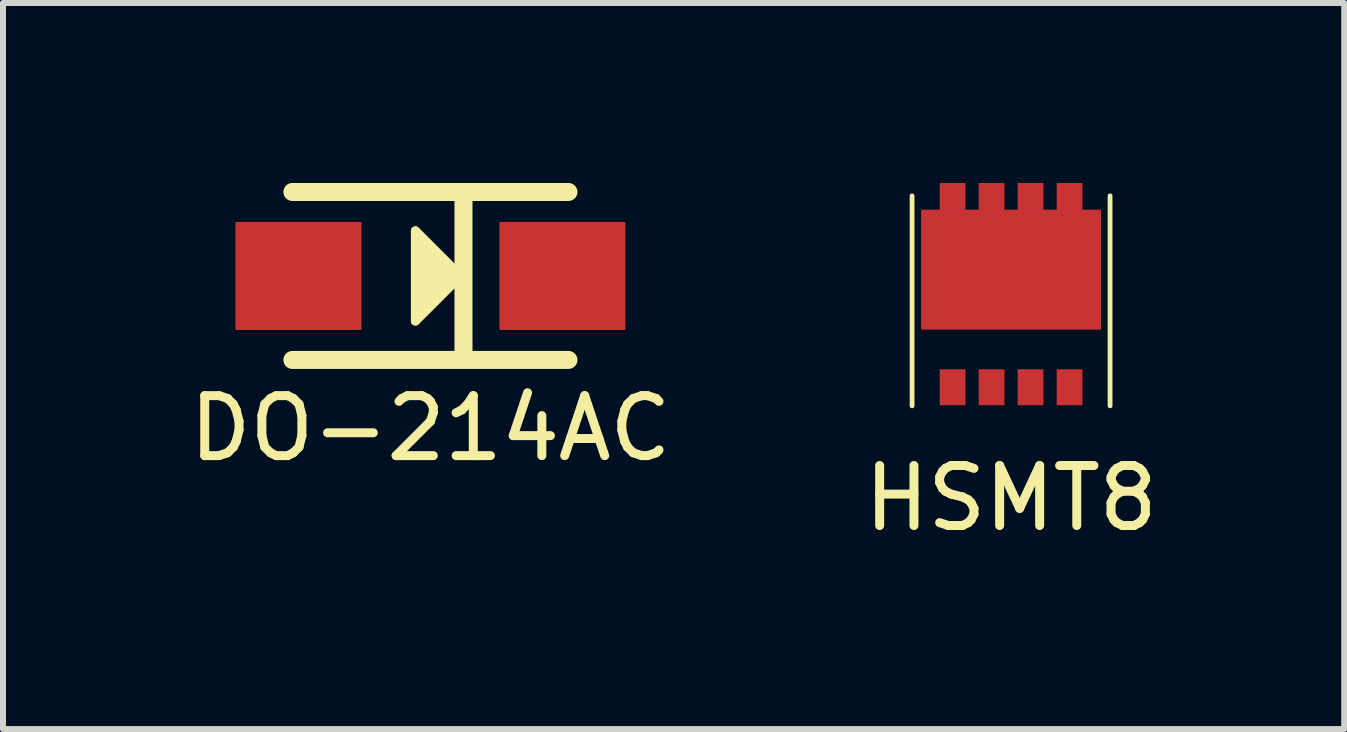
<source format=kicad_pcb>
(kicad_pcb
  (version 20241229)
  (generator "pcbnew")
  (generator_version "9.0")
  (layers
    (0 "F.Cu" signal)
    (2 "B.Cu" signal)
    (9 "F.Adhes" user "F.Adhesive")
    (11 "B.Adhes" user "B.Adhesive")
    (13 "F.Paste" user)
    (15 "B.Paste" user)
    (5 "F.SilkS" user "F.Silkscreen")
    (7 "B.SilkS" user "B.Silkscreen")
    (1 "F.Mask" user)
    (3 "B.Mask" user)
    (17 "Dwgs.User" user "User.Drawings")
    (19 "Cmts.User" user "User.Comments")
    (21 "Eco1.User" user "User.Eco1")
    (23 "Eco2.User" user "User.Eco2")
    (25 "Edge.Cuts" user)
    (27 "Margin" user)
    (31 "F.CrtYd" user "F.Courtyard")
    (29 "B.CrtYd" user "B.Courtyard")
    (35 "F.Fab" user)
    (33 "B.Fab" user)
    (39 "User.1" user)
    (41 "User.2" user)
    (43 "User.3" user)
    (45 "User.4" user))
  (footprint "HSMT8"
    (layer "F.Cu")
    (at 13.804 2.715)
    (property "Reference" "HSMT8" (at 0 2.54 0) (layer "F.SilkS") (effects (font (size 1 1) (thickness 0.15))))
    (attr through_hole)
    (fp_line (start -1.65 -2.5) (end -1.65 1) (stroke (width 0.08) (type solid)) (layer "F.SilkS"))
    (fp_line (start 1.65 -2.5) (end 1.65 1) (stroke (width 0.08) (type solid)) (layer "F.SilkS"))
    (pad "1" smd rect (at 0.975 0.69) (size 0.43 0.6) (layers "F.Cu" "F.Mask" "F.Paste"))
    (pad "2" smd rect (at -0.975 0.69) (size 0.43 0.6) (layers "F.Cu" "F.Mask" "F.Paste"))
    (pad "2" smd rect (at -0.325 0.69) (size 0.43 0.6) (layers "F.Cu" "F.Mask" "F.Paste"))
    (pad "2" smd rect (at 0.325 0.69) (size 0.43 0.6) (layers "F.Cu" "F.Mask" "F.Paste"))
    (pad "3" smd rect (at -0.975 -2.49) (size 0.43 0.45) (layers "F.Cu" "F.Mask" "F.Paste"))
    (pad "3" smd rect (at -0.325 -2.49) (size 0.43 0.45) (layers "F.Cu" "F.Mask" "F.Paste"))
    (pad "3" smd rect (at 0 -1.27) (size 3 2) (layers "F.Cu" "F.Mask" "F.Paste"))
    (pad "3" smd rect (at 0.325 -2.49) (size 0.43 0.45) (layers "F.Cu" "F.Mask" "F.Paste"))
    (pad "3" smd rect (at 0.975 -2.49) (size 0.43 0.45) (layers "F.Cu" "F.Mask" "F.Paste")))
  (footprint "DO-214AC"
    (layer "F.Cu")
    (at 4.125 1.55)
    (property "Reference" "DO-214AC" (at 0 2.54 0) (layer "F.SilkS") (effects (font (size 1 1) (thickness 0.15))))
    (attr through_hole)
    (fp_line (start -2.301 1.4) (end 2.301 1.4) (stroke (width 0.3) (type solid)) (layer "F.SilkS"))
    (fp_line (start -0.25 -0.75) (end -0.25 0.75) (stroke (width 0.15) (type solid)) (layer "F.SilkS"))
    (fp_line (start -0.25 0.75) (end 0.5 0) (stroke (width 0.15) (type solid)) (layer "F.SilkS"))
    (fp_line (start 0.5 0) (end -0.25 -0.75) (stroke (width 0.15) (type solid)) (layer "F.SilkS"))
    (fp_line (start 0.551 -1.4) (end 0.551 1.3) (stroke (width 0.3) (type solid)) (layer "F.SilkS"))
    (fp_line (start 2.301 -1.4) (end -2.301 -1.4) (stroke (width 0.3) (type solid)) (layer "F.SilkS"))
    (fp_poly (pts (xy -0.25 -0.75) (xy 0.5 0) (xy -0.25 0.75)) (stroke (width 0.15) (type solid)) (fill yes) (layer "F.SilkS"))
    (pad "1" smd rect (at -2.2 0) (size 2.101 1.801) (layers "F.Cu" "F.Mask" "F.Paste"))
    (pad "2" smd rect (at 2.2 0) (size 2.101 1.801) (layers "F.Cu" "F.Mask" "F.Paste")))
  (gr_rect
    (start -3 -3)
    (end 19.357 9.103)
    (stroke (width 0.1) (type default))
    (fill no)
    (layer "Edge.Cuts")))
</source>
